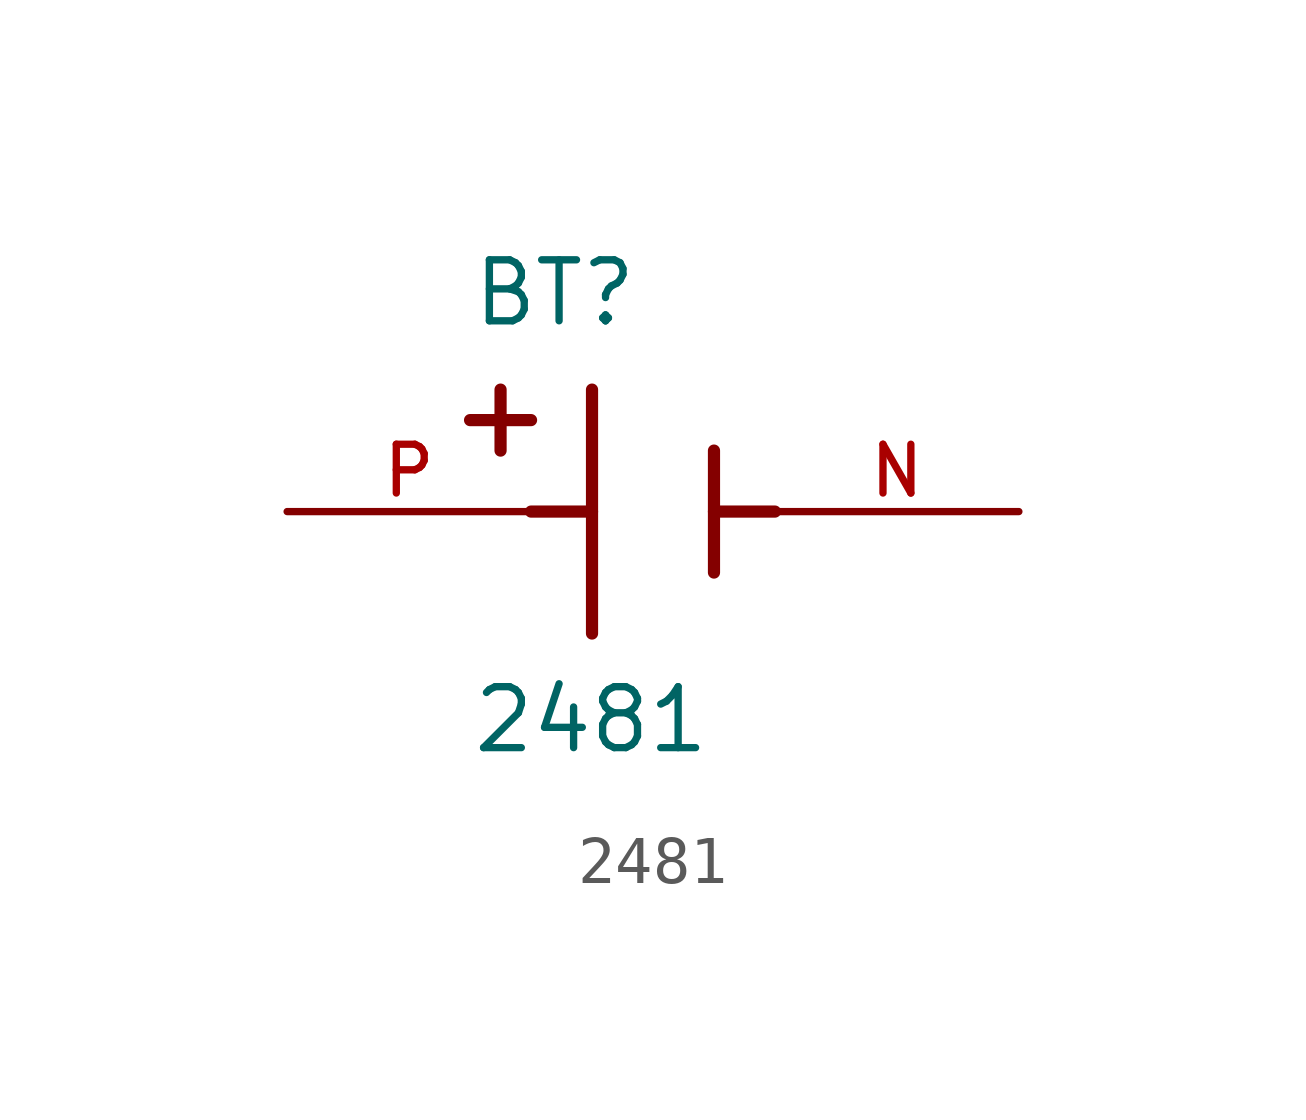
<source format=kicad_sym>
(kicad_symbol_lib
  (version 20241209)
  (generator "kicad_symbol_editor")
  (generator_version "9.0")
  (symbol "2481"
    (pin_names
      (offset 1.016))
    (property "Reference" "BT"
      (at -3.81 3.81 0)
      (effects (font (size 1.27 1.27)) (justify left bottom)))
    (property "Value" "2481"
      (at -3.81 -5.08 0)
      (effects (font (size 1.27 1.27)) (justify left bottom)))
    (symbol "2481_0_0"
      (polyline (pts (xy -3.81 1.905) (xy -2.54 1.905)) (stroke (width 0.254) (type default)) (fill (type none)))
      (polyline (pts (xy -3.175 2.54) (xy -3.175 1.27)) (stroke (width 0.254) (type default)) (fill (type none)))
      (polyline (pts (xy -1.27 2.54) (xy -1.27 -2.54)) (stroke (width 0.254) (type default)) (fill (type none)))
      (polyline (pts (xy -1.27 0) (xy -2.54 0)) (stroke (width 0.254) (type default)) (fill (type none)))
      (polyline (pts (xy 1.27 1.27) (xy 1.27 -1.27)) (stroke (width 0.254) (type default)) (fill (type none)))
      (polyline (pts (xy 1.27 0) (xy 2.54 0)) (stroke (width 0.254) (type default)) (fill (type none)))
      (pin passive line (at -7.62 0 0) (length 5.08) (name "~" (effects (font (size 1.016 1.016)))) (number "P" (effects (font (size 1.016 1.016)))))
      (pin passive line (at 7.62 0 180) (length 5.08) (name "~" (effects (font (size 1.016 1.016)))) (number "N" (effects (font (size 1.016 1.016))))))))
</source>
